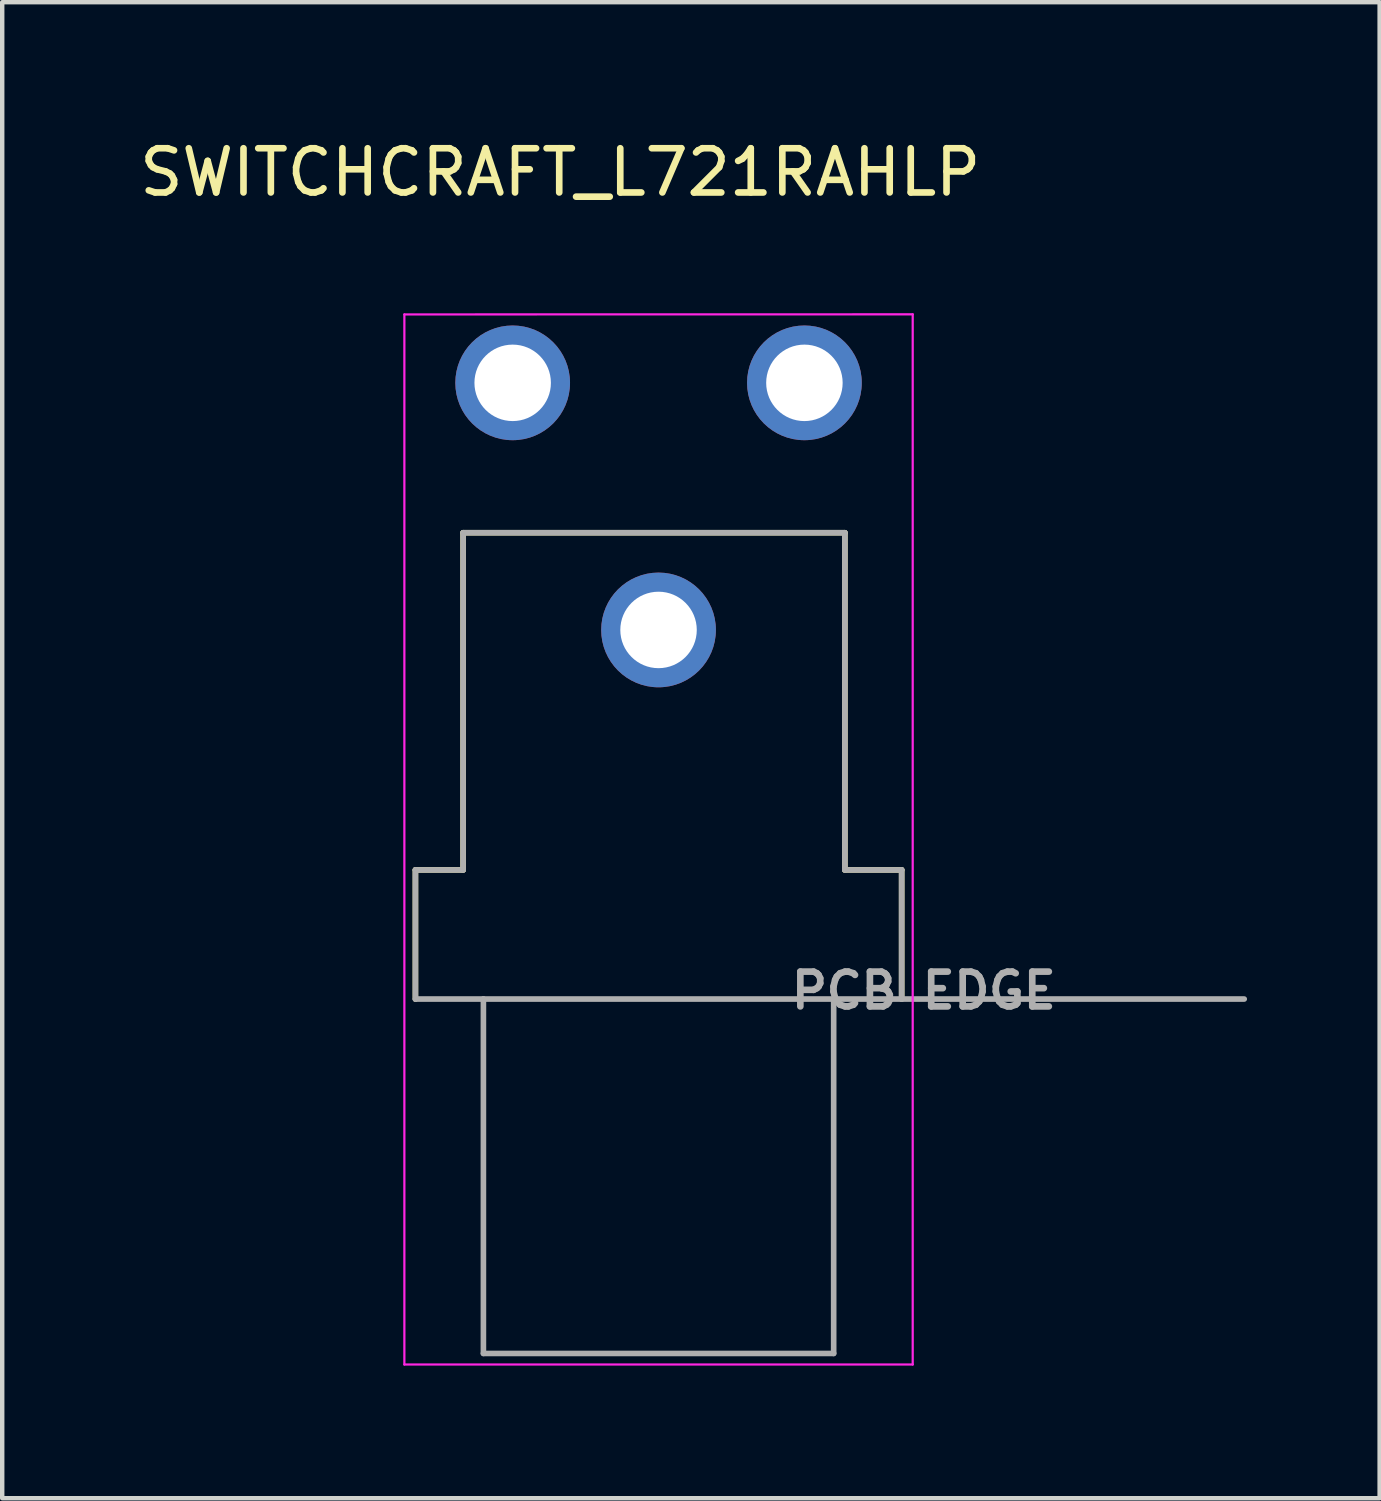
<source format=kicad_pcb>
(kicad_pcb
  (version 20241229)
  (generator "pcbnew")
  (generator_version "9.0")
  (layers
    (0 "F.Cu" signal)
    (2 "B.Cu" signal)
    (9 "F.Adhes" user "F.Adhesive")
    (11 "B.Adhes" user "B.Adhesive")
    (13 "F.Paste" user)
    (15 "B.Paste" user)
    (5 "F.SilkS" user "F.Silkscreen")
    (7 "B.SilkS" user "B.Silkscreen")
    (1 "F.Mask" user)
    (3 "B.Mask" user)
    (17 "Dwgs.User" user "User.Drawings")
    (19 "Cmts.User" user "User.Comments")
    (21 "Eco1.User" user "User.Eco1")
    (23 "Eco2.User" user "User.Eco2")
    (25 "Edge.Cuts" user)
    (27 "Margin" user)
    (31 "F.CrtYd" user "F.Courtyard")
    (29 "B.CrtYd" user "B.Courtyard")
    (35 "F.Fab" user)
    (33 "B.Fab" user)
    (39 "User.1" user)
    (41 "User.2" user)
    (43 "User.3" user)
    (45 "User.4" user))
  (footprint "SWITCHCRAFT_L721RAHLP"
    (layer "F.Cu")
    (at 11.848 11.201)
    (property "Reference" "SWITCHCRAFT_L721RAHLP" (at -2.223 -10.352 0) (layer "F.SilkS") (effects (font (size 1 1) (thickness 0.15))))
    (attr through_hole)
    (fp_line (start -5.5 5.429) (end -5.5 8.35) (stroke (width 0.127) (type solid)) (layer "F.SilkS"))
    (fp_line (start -4.421 -2.199) (end -4.421 5.429) (stroke (width 0.127) (type solid)) (layer "F.SilkS"))
    (fp_line (start -4.421 5.429) (end -5.5 5.429) (stroke (width 0.127) (type solid)) (layer "F.SilkS"))
    (fp_line (start 4.215 -2.199) (end -4.421 -2.199) (stroke (width 0.127) (type solid)) (layer "F.SilkS"))
    (fp_line (start 4.215 5.429) (end 4.215 -2.199) (stroke (width 0.127) (type solid)) (layer "F.SilkS"))
    (fp_line (start 5.5 5.429) (end 4.215 5.429) (stroke (width 0.127) (type solid)) (layer "F.SilkS"))
    (fp_line (start 5.5 8.35) (end 5.5 5.429) (stroke (width 0.127) (type solid)) (layer "F.SilkS"))
    (fp_line (start -5.75 -7.138) (end 5.75 -7.14) (stroke (width 0.05) (type solid)) (layer "F.CrtYd"))
    (fp_line (start -5.75 16.618) (end -5.75 -7.138) (stroke (width 0.05) (type solid)) (layer "F.CrtYd"))
    (fp_line (start 5.75 -7.14) (end 5.75 16.618) (stroke (width 0.05) (type solid)) (layer "F.CrtYd"))
    (fp_line (start 5.75 16.618) (end -5.75 16.618) (stroke (width 0.05) (type solid)) (layer "F.CrtYd"))
    (fp_line (start -5.5 5.429) (end -5.5 8.35) (stroke (width 0.127) (type solid)) (layer "F.Fab"))
    (fp_line (start -5.5 8.35) (end -3.962 8.35) (stroke (width 0.127) (type solid)) (layer "F.Fab"))
    (fp_line (start -4.421 -2.199) (end -4.421 5.429) (stroke (width 0.127) (type solid)) (layer "F.Fab"))
    (fp_line (start -4.421 5.429) (end -5.5 5.429) (stroke (width 0.127) (type solid)) (layer "F.Fab"))
    (fp_line (start -3.962 8.35) (end -3.962 16.368) (stroke (width 0.127) (type solid)) (layer "F.Fab"))
    (fp_line (start -3.962 8.35) (end 3.962 8.35) (stroke (width 0.127) (type solid)) (layer "F.Fab"))
    (fp_line (start -3.962 16.368) (end 3.962 16.368) (stroke (width 0.127) (type solid)) (layer "F.Fab"))
    (fp_line (start 3.962 8.35) (end 5.5 8.35) (stroke (width 0.127) (type solid)) (layer "F.Fab"))
    (fp_line (start 3.962 16.368) (end 3.962 8.35) (stroke (width 0.127) (type solid)) (layer "F.Fab"))
    (fp_line (start 4.215 -2.199) (end -4.421 -2.199) (stroke (width 0.127) (type solid)) (layer "F.Fab"))
    (fp_line (start 4.215 5.429) (end 4.215 -2.199) (stroke (width 0.127) (type solid)) (layer "F.Fab"))
    (fp_line (start 5.5 5.429) (end 4.215 5.429) (stroke (width 0.127) (type solid)) (layer "F.Fab"))
    (fp_line (start 5.5 8.35) (end 5.5 5.429) (stroke (width 0.127) (type solid)) (layer "F.Fab"))
    (fp_line (start 5.5 8.35) (end 13.25 8.35) (stroke (width 0.127) (type solid)) (layer "F.Fab"))
    (fp_text user "PCB EDGE" (at 6 8.16 0) (layer "F.Fab") (effects (font (size 0.787 0.787) (thickness 0.15))))
    (pad "C" thru_hole circle (at -3.3 -5.59) (size 2.595 2.595) (drill 1.73) (layers "*.Cu" "*.Mask"))
    (pad "S" thru_hole circle (at 0 0) (size 2.595 2.595) (drill 1.73) (layers "*.Cu" "*.Mask"))
    (pad "SS" thru_hole circle (at 3.3 -5.59) (size 2.595 2.595) (drill 1.73) (layers "*.Cu" "*.Mask")))
  (gr_rect
    (start -3 -3)
    (end 28.161 30.844)
    (stroke (width 0.1) (type default))
    (fill no)
    (layer "Edge.Cuts")))
</source>
